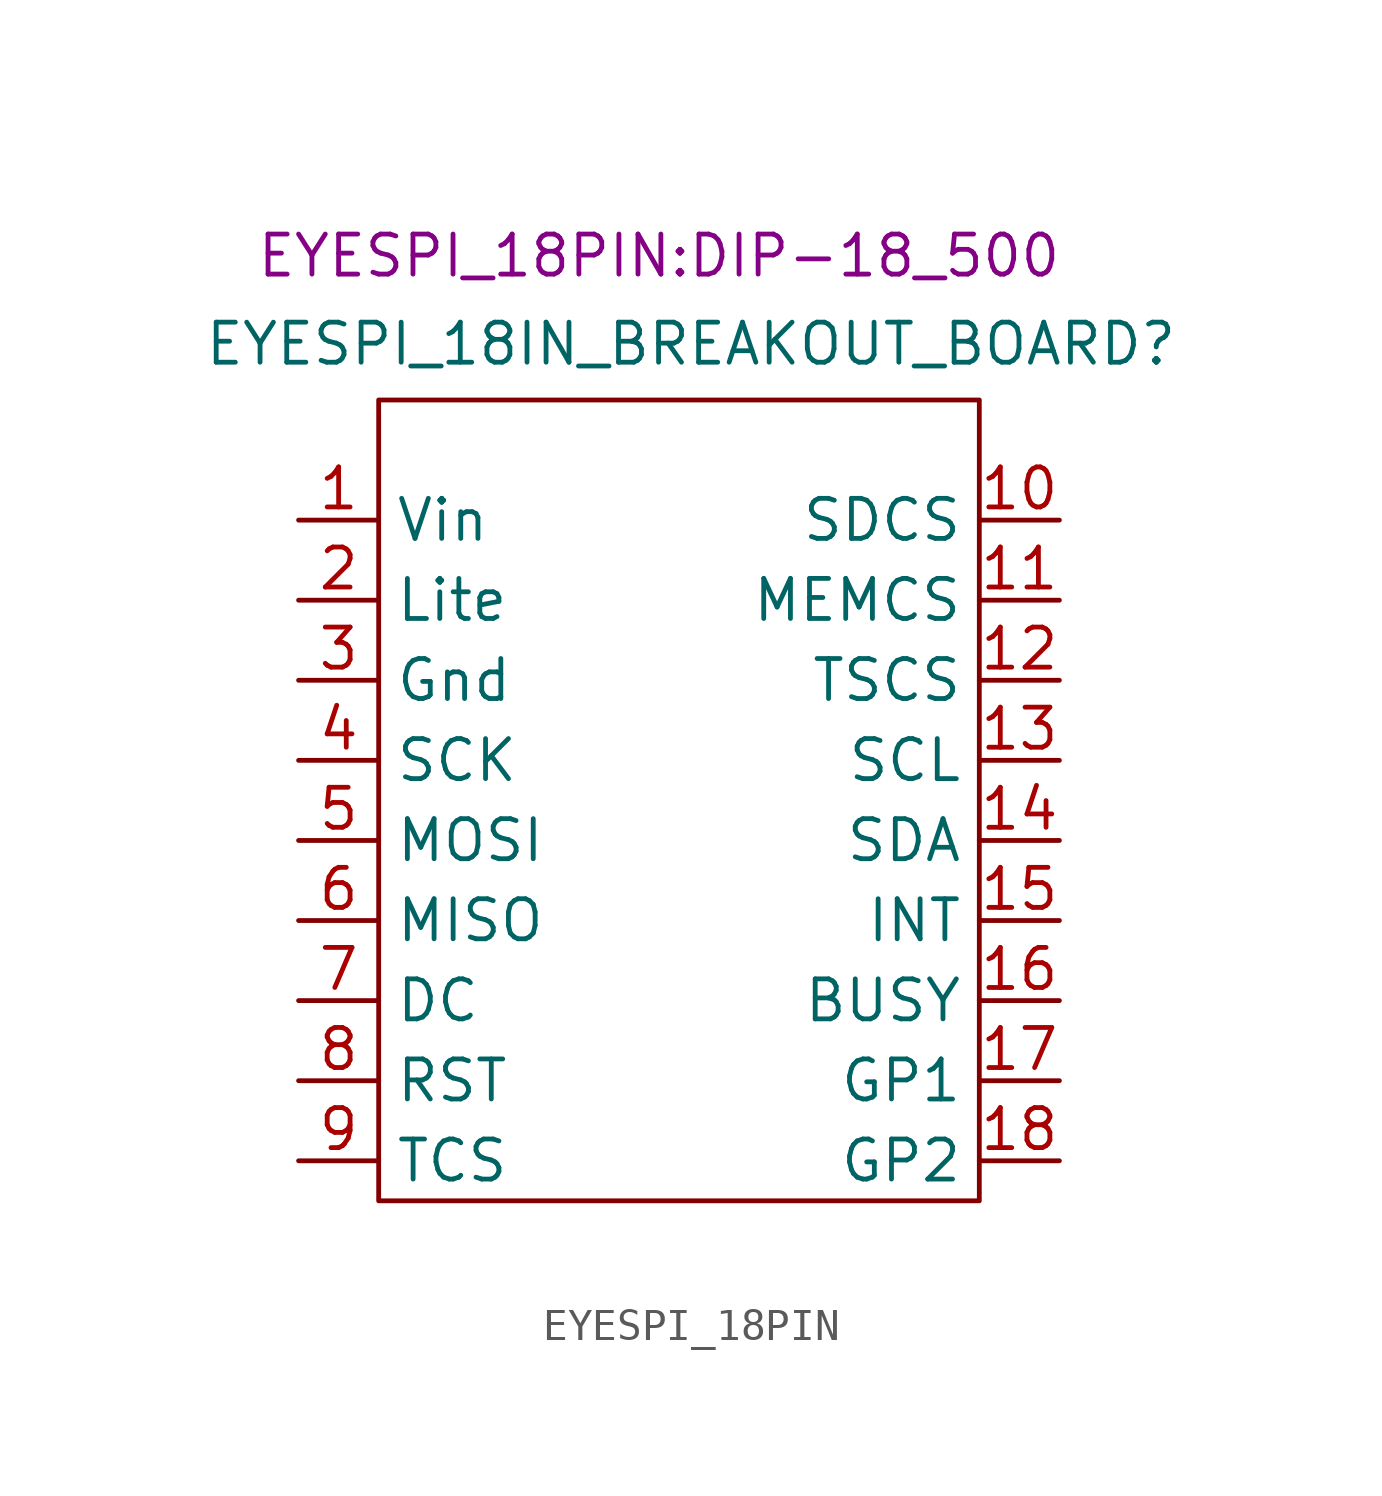
<source format=kicad_sym>
(kicad_symbol_lib
  (version 20231120)
  (generator "kicad_symbol_editor")
  (generator_version "8.0")
  (symbol "EYESPI_18PIN"
    (property "Reference" "EYESPI_18IN_BREAKOUT_BOARD"
      (at 7.366 3.048 0)
      (effects (font (size 1.27 1.27))))
    (property "Value" ""
      (at 0 0 0)
      (effects (font (size 1.27 1.27))))
    (property "Footprint" "EYESPI_18PIN:DIP-18_500"
      (at 6.35 5.842 0)
      (effects (font (size 1.27 1.27))))
    (symbol "EYESPI_18PIN_0_1"
      (rectangle (start -2.54 1.27) (end 16.51 -24.13) (stroke (width 0) (type default)) (fill (type none))))
    (symbol "EYESPI_18PIN_1_1"
      (pin power_in line (at -5.08 -2.54 0) (length 2.54) (name "Vin" (effects (font (size 1.27 1.27)))) (number "1" (effects (font (size 1.27 1.27)))))
      (pin output line (at 19.05 -2.54 180) (length 2.54) (name "SDCS" (effects (font (size 1.27 1.27)))) (number "10" (effects (font (size 1.27 1.27)))))
      (pin output line (at 19.05 -5.08 180) (length 2.54) (name "MEMCS" (effects (font (size 1.27 1.27)))) (number "11" (effects (font (size 1.27 1.27)))))
      (pin output line (at 19.05 -7.62 180) (length 2.54) (name "TSCS" (effects (font (size 1.27 1.27)))) (number "12" (effects (font (size 1.27 1.27)))))
      (pin input line (at 19.05 -10.16 180) (length 2.54) (name "SCL" (effects (font (size 1.27 1.27)))) (number "13" (effects (font (size 1.27 1.27)))))
      (pin bidirectional line (at 19.05 -12.7 180) (length 2.54) (name "SDA" (effects (font (size 1.27 1.27)))) (number "14" (effects (font (size 1.27 1.27)))))
      (pin output line (at 19.05 -15.24 180) (length 2.54) (name "INT" (effects (font (size 1.27 1.27)))) (number "15" (effects (font (size 1.27 1.27)))))
      (pin output line (at 19.05 -17.78 180) (length 2.54) (name "BUSY" (effects (font (size 1.27 1.27)))) (number "16" (effects (font (size 1.27 1.27)))))
      (pin unspecified line (at 19.05 -20.32 180) (length 2.54) (name "GP1" (effects (font (size 1.27 1.27)))) (number "17" (effects (font (size 1.27 1.27)))))
      (pin unspecified line (at 19.05 -22.86 180) (length 2.54) (name "GP2" (effects (font (size 1.27 1.27)))) (number "18" (effects (font (size 1.27 1.27)))))
      (pin input line (at -5.08 -5.08 0) (length 2.54) (name "Lite" (effects (font (size 1.27 1.27)))) (number "2" (effects (font (size 1.27 1.27)))))
      (pin power_out line (at -5.08 -7.62 0) (length 2.54) (name "Gnd" (effects (font (size 1.27 1.27)))) (number "3" (effects (font (size 1.27 1.27)))))
      (pin input line (at -5.08 -10.16 0) (length 2.54) (name "SCK" (effects (font (size 1.27 1.27)))) (number "4" (effects (font (size 1.27 1.27)))))
      (pin output line (at -5.08 -12.7 0) (length 2.54) (name "MOSI" (effects (font (size 1.27 1.27)))) (number "5" (effects (font (size 1.27 1.27)))))
      (pin input line (at -5.08 -15.24 0) (length 2.54) (name "MISO" (effects (font (size 1.27 1.27)))) (number "6" (effects (font (size 1.27 1.27)))))
      (pin input line (at -5.08 -17.78 0) (length 2.54) (name "DC" (effects (font (size 1.27 1.27)))) (number "7" (effects (font (size 1.27 1.27)))))
      (pin input line (at -5.08 -20.32 0) (length 2.54) (name "RST" (effects (font (size 1.27 1.27)))) (number "8" (effects (font (size 1.27 1.27)))))
      (pin output line (at -5.08 -22.86 0) (length 2.54) (name "TCS" (effects (font (size 1.27 1.27)))) (number "9" (effects (font (size 1.27 1.27))))))))
</source>
